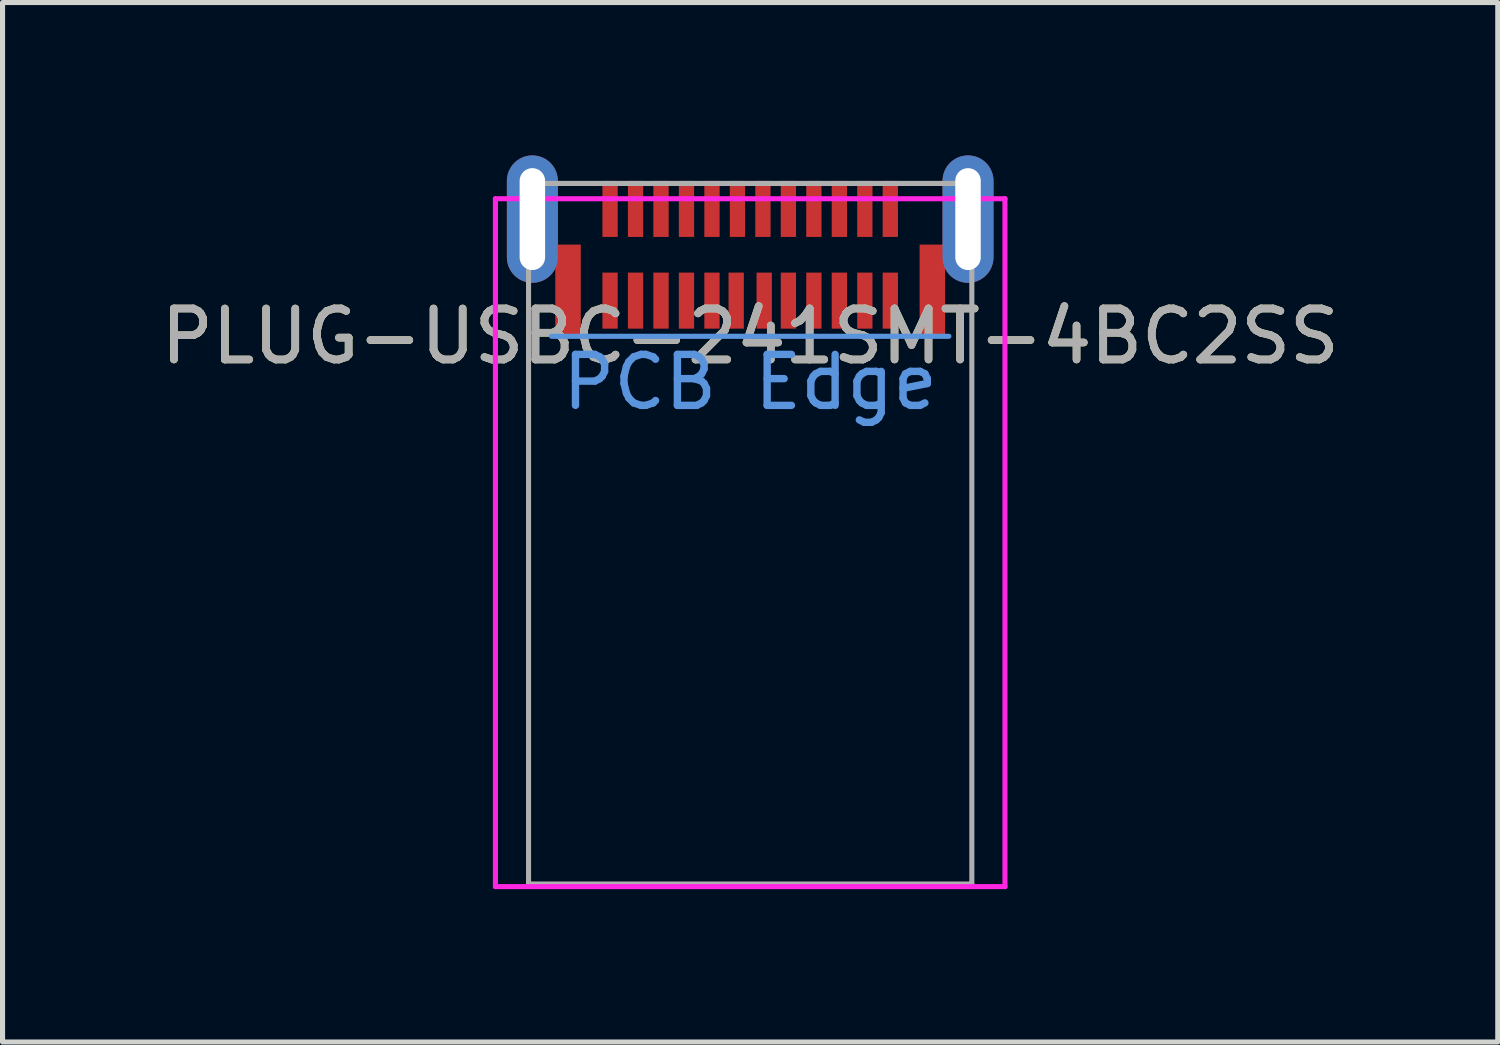
<source format=kicad_pcb>
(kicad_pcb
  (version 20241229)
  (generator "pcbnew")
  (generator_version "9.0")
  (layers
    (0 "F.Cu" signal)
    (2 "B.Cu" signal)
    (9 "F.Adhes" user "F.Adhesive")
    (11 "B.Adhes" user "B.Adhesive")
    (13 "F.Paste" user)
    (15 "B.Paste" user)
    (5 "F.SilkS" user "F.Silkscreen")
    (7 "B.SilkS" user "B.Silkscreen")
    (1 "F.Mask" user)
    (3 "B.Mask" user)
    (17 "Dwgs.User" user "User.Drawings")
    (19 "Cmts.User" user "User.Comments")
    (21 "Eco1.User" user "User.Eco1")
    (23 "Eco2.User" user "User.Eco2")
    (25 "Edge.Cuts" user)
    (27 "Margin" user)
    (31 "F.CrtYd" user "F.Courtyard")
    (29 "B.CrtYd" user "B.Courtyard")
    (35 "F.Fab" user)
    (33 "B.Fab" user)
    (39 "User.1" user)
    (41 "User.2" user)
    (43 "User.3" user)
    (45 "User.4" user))
  (footprint "PLUG-USBC-241SMT-4BC2SS"
    (layer "F.Cu")
    (at 11.673 3.55)
    (property "Reference" "PLUG-USBC-241SMT-4BC2SS" (at 0 0 0) (unlocked yes) (layer "F.SilkS") (effects (font (size 1 1) (thickness 0.15))))
    (attr smd)
    (fp_line (start -3.9 0) (end 3.9 0) (stroke (width 0.1) (type solid)) (layer "Cmts.User"))
    (fp_line (start -5 -2.7) (end 5 -2.7) (stroke (width 0.1) (type solid)) (layer "F.CrtYd"))
    (fp_line (start -5 10.8) (end -5 -2.7) (stroke (width 0.1) (type solid)) (layer "F.CrtYd"))
    (fp_line (start 5 -2.7) (end 5 10.8) (stroke (width 0.1) (type solid)) (layer "F.CrtYd"))
    (fp_line (start 5 10.8) (end -5 10.8) (stroke (width 0.1) (type solid)) (layer "F.CrtYd"))
    (fp_line (start -4.35 -3) (end -4.35 10.75) (stroke (width 0.1) (type solid)) (layer "F.Fab"))
    (fp_line (start -4.35 -3) (end 4.35 -3) (stroke (width 0.1) (type solid)) (layer "F.Fab"))
    (fp_line (start 4.35 -3) (end 4.35 10.75) (stroke (width 0.1) (type solid)) (layer "F.Fab"))
    (fp_line (start 4.35 10.75) (end -4.35 10.75) (stroke (width 0.1) (type solid)) (layer "F.Fab"))
    (fp_text user "PCB Edge" (at 0 0.9 0) (unlocked yes) (layer "Cmts.User") (effects (font (size 1 1) (thickness 0.145))))
    (fp_text user "${REFERENCE}" (at 0 0 0) (unlocked yes) (layer "F.Fab") (effects (font (size 1 1) (thickness 0.15))))
    (pad "A1" smd rect (at 2.75 -2.5) (size 0.3 1.1) (layers "F.Cu" "F.Mask" "F.Paste"))
    (pad "A2" smd rect (at 2.25 -2.5) (size 0.3 1.1) (layers "F.Cu" "F.Mask" "F.Paste"))
    (pad "A3" smd rect (at 1.75 -2.5) (size 0.3 1.1) (layers "F.Cu" "F.Mask" "F.Paste"))
    (pad "A4" smd rect (at 1.25 -2.5) (size 0.3 1.1) (layers "F.Cu" "F.Mask" "F.Paste"))
    (pad "A5" smd rect (at 0.75 -2.5) (size 0.3 1.1) (layers "F.Cu" "F.Mask" "F.Paste"))
    (pad "A6" smd rect (at 0.25 -2.5) (size 0.3 1.1) (layers "F.Cu" "F.Mask" "F.Paste"))
    (pad "A7" smd rect (at -0.25 -2.5) (size 0.3 1.1) (layers "F.Cu" "F.Mask" "F.Paste"))
    (pad "A8" smd rect (at -0.75 -2.5) (size 0.3 1.1) (layers "F.Cu" "F.Mask" "F.Paste"))
    (pad "A9" smd rect (at -1.25 -2.5) (size 0.3 1.1) (layers "F.Cu" "F.Mask" "F.Paste"))
    (pad "A10" smd rect (at -1.75 -2.5) (size 0.3 1.1) (layers "F.Cu" "F.Mask" "F.Paste"))
    (pad "A11" smd rect (at -2.25 -2.5) (size 0.3 1.1) (layers "F.Cu" "F.Mask" "F.Paste"))
    (pad "A12" smd rect (at -2.75 -2.5) (size 0.3 1.1) (layers "F.Cu" "F.Mask" "F.Paste"))
    (pad "B1" smd rect (at -2.75 -0.7) (size 0.3 1.1) (layers "F.Cu" "F.Mask" "F.Paste"))
    (pad "B2" smd rect (at -2.25 -0.7) (size 0.3 1.1) (layers "F.Cu" "F.Mask" "F.Paste"))
    (pad "B3" smd rect (at -1.75 -0.7) (size 0.3 1.1) (layers "F.Cu" "F.Mask" "F.Paste"))
    (pad "B4" smd rect (at -1.25 -0.7) (size 0.3 1.1) (layers "F.Cu" "F.Mask" "F.Paste"))
    (pad "B5" smd rect (at -0.75 -0.7) (size 0.3 1.1) (layers "F.Cu" "F.Mask" "F.Paste"))
    (pad "B6" smd rect (at -0.275 -0.7) (size 0.3 1.1) (layers "F.Cu" "F.Mask" "F.Paste"))
    (pad "B7" smd rect (at 0.275 -0.7) (size 0.3 1.1) (layers "F.Cu" "F.Mask" "F.Paste"))
    (pad "B8" smd rect (at 0.75 -0.7) (size 0.3 1.1) (layers "F.Cu" "F.Mask" "F.Paste"))
    (pad "B9" smd rect (at 1.25 -0.7) (size 0.3 1.1) (layers "F.Cu" "F.Mask" "F.Paste"))
    (pad "B10" smd rect (at 1.75 -0.7) (size 0.3 1.1) (layers "F.Cu" "F.Mask" "F.Paste"))
    (pad "B11" smd rect (at 2.25 -0.7) (size 0.3 1.1) (layers "F.Cu" "F.Mask" "F.Paste"))
    (pad "B12" smd rect (at 2.75 -0.7) (size 0.3 1.1) (layers "F.Cu" "F.Mask" "F.Paste"))
    (pad "S1" thru_hole oval (at -4.275 -2.3 90) (size 2.5 1) (drill oval 2 0.5) (layers "*.Cu" "*.Mask"))
    (pad "S1" smd rect (at -3.575 -0.9) (size 0.5 1.8) (layers "F.Cu" "F.Mask" "F.Paste"))
    (pad "S1" smd rect (at 3.575 -0.9) (size 0.5 1.8) (layers "F.Cu" "F.Mask" "F.Paste"))
    (pad "S1" thru_hole oval (at 4.275 -2.3 90) (size 2.5 1) (drill oval 2 0.5) (layers "*.Cu" "*.Mask")))
  (gr_rect
    (start -3 -3)
    (end 26.345 17.4)
    (stroke (width 0.1) (type default))
    (fill no)
    (layer "Edge.Cuts")))
</source>
